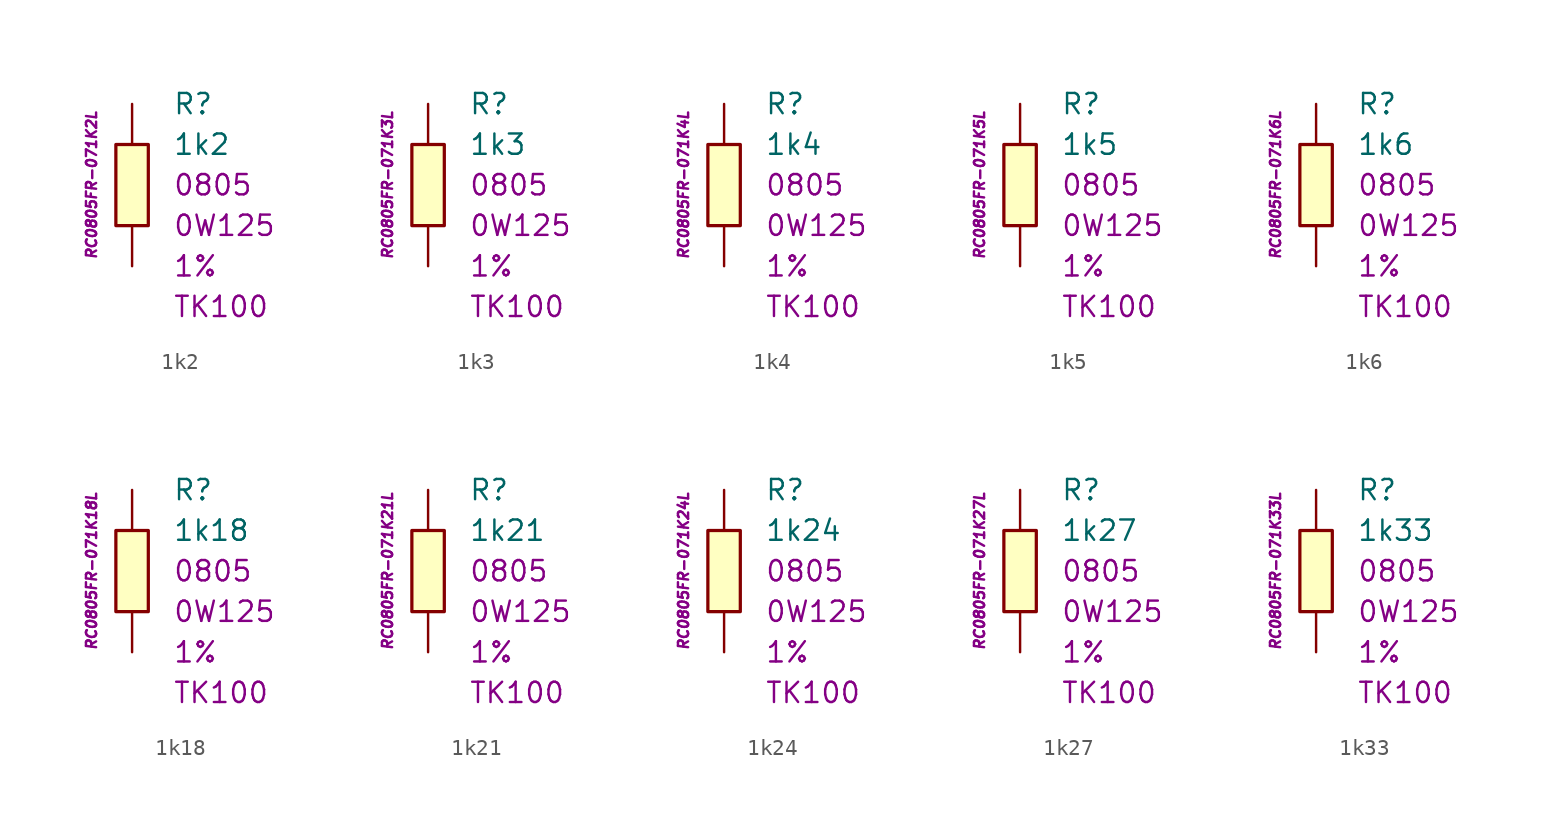
<source format=kicad_sym>
(kicad_symbol_lib
  (version 20201005)
  (generator kicad_symbol_editor)
  (symbol "1k2"
    (pin_numbers hide)
    (pin_names
      (offset 1.016) hide)
    (property "Reference" "R"
      (at 2.54 5.08 0)
      (effects (font (size 1.27 1.27)) (justify left)))
    (property "Value" "1k2"
      (at 2.54 2.54 0)
      (effects (font (size 1.27 1.27)) (justify left)))
    (property "Package" "0805"
      (at 2.54 0 0)
      (effects (font (size 1.27 1.27)) (justify left)))
    (property "Power" "0W125"
      (at 2.54 -2.54 0)
      (effects (font (size 1.27 1.27)) (justify left)))
    (property "Tolerance" "1%"
      (at 2.54 -5.08 0)
      (effects (font (size 1.27 1.27)) (justify left)))
    (property "TK" "TK100"
      (at 2.54 -7.62 0)
      (effects (font (size 1.27 1.27)) (justify left)))
    (property "ID" "RC0805FR-071K2L"
      (at -2.54 0 90)
      (effects (font (size 0.635 0.635) italic)))
    (symbol "1k2_0_1"
      (rectangle (start -1.016 2.54) (end 1.016 -2.54) (stroke (width 0.203)) (fill (type background))))
    (symbol "1k2_1_1"
      (pin passive line (at 0 5.08 270) (length 2.54) (name "~" (effects (font (size 1.778 1.778)))) (number "1" (effects (font (size 1.778 1.778)))))
      (pin passive line (at 0 -5.08 90) (length 2.54) (name "~" (effects (font (size 1.778 1.778)))) (number "2" (effects (font (size 1.778 1.778)))))))
  (symbol "1k3"
    (pin_numbers hide)
    (pin_names
      (offset 1.016) hide)
    (property "Reference" "R"
      (at 2.54 5.08 0)
      (effects (font (size 1.27 1.27)) (justify left)))
    (property "Value" "1k3"
      (at 2.54 2.54 0)
      (effects (font (size 1.27 1.27)) (justify left)))
    (property "Package" "0805"
      (at 2.54 0 0)
      (effects (font (size 1.27 1.27)) (justify left)))
    (property "Power" "0W125"
      (at 2.54 -2.54 0)
      (effects (font (size 1.27 1.27)) (justify left)))
    (property "Tolerance" "1%"
      (at 2.54 -5.08 0)
      (effects (font (size 1.27 1.27)) (justify left)))
    (property "TK" "TK100"
      (at 2.54 -7.62 0)
      (effects (font (size 1.27 1.27)) (justify left)))
    (property "ID" "RC0805FR-071K3L"
      (at -2.54 0 90)
      (effects (font (size 0.635 0.635) italic)))
    (symbol "1k3_0_1"
      (rectangle (start -1.016 2.54) (end 1.016 -2.54) (stroke (width 0.203)) (fill (type background))))
    (symbol "1k3_1_1"
      (pin passive line (at 0 5.08 270) (length 2.54) (name "~" (effects (font (size 1.778 1.778)))) (number "1" (effects (font (size 1.778 1.778)))))
      (pin passive line (at 0 -5.08 90) (length 2.54) (name "~" (effects (font (size 1.778 1.778)))) (number "2" (effects (font (size 1.778 1.778)))))))
  (symbol "1k4"
    (pin_numbers hide)
    (pin_names
      (offset 1.016) hide)
    (property "Reference" "R"
      (at 2.54 5.08 0)
      (effects (font (size 1.27 1.27)) (justify left)))
    (property "Value" "1k4"
      (at 2.54 2.54 0)
      (effects (font (size 1.27 1.27)) (justify left)))
    (property "Package" "0805"
      (at 2.54 0 0)
      (effects (font (size 1.27 1.27)) (justify left)))
    (property "Power" "0W125"
      (at 2.54 -2.54 0)
      (effects (font (size 1.27 1.27)) (justify left)))
    (property "Tolerance" "1%"
      (at 2.54 -5.08 0)
      (effects (font (size 1.27 1.27)) (justify left)))
    (property "TK" "TK100"
      (at 2.54 -7.62 0)
      (effects (font (size 1.27 1.27)) (justify left)))
    (property "ID" "RC0805FR-071K4L"
      (at -2.54 0 90)
      (effects (font (size 0.635 0.635) italic)))
    (symbol "1k4_0_1"
      (rectangle (start -1.016 2.54) (end 1.016 -2.54) (stroke (width 0.203)) (fill (type background))))
    (symbol "1k4_1_1"
      (pin passive line (at 0 5.08 270) (length 2.54) (name "~" (effects (font (size 1.778 1.778)))) (number "1" (effects (font (size 1.778 1.778)))))
      (pin passive line (at 0 -5.08 90) (length 2.54) (name "~" (effects (font (size 1.778 1.778)))) (number "2" (effects (font (size 1.778 1.778)))))))
  (symbol "1k5"
    (pin_numbers hide)
    (pin_names
      (offset 1.016) hide)
    (property "Reference" "R"
      (at 2.54 5.08 0)
      (effects (font (size 1.27 1.27)) (justify left)))
    (property "Value" "1k5"
      (at 2.54 2.54 0)
      (effects (font (size 1.27 1.27)) (justify left)))
    (property "Package" "0805"
      (at 2.54 0 0)
      (effects (font (size 1.27 1.27)) (justify left)))
    (property "Power" "0W125"
      (at 2.54 -2.54 0)
      (effects (font (size 1.27 1.27)) (justify left)))
    (property "Tolerance" "1%"
      (at 2.54 -5.08 0)
      (effects (font (size 1.27 1.27)) (justify left)))
    (property "TK" "TK100"
      (at 2.54 -7.62 0)
      (effects (font (size 1.27 1.27)) (justify left)))
    (property "ID" "RC0805FR-071K5L"
      (at -2.54 0 90)
      (effects (font (size 0.635 0.635) italic)))
    (symbol "1k5_0_1"
      (rectangle (start -1.016 2.54) (end 1.016 -2.54) (stroke (width 0.203)) (fill (type background))))
    (symbol "1k5_1_1"
      (pin passive line (at 0 5.08 270) (length 2.54) (name "~" (effects (font (size 1.778 1.778)))) (number "1" (effects (font (size 1.778 1.778)))))
      (pin passive line (at 0 -5.08 90) (length 2.54) (name "~" (effects (font (size 1.778 1.778)))) (number "2" (effects (font (size 1.778 1.778)))))))
  (symbol "1k6"
    (pin_numbers hide)
    (pin_names
      (offset 1.016) hide)
    (property "Reference" "R"
      (at 2.54 5.08 0)
      (effects (font (size 1.27 1.27)) (justify left)))
    (property "Value" "1k6"
      (at 2.54 2.54 0)
      (effects (font (size 1.27 1.27)) (justify left)))
    (property "Package" "0805"
      (at 2.54 0 0)
      (effects (font (size 1.27 1.27)) (justify left)))
    (property "Power" "0W125"
      (at 2.54 -2.54 0)
      (effects (font (size 1.27 1.27)) (justify left)))
    (property "Tolerance" "1%"
      (at 2.54 -5.08 0)
      (effects (font (size 1.27 1.27)) (justify left)))
    (property "TK" "TK100"
      (at 2.54 -7.62 0)
      (effects (font (size 1.27 1.27)) (justify left)))
    (property "ID" "RC0805FR-071K6L"
      (at -2.54 0 90)
      (effects (font (size 0.635 0.635) italic)))
    (symbol "1k6_0_1"
      (rectangle (start -1.016 2.54) (end 1.016 -2.54) (stroke (width 0.203)) (fill (type background))))
    (symbol "1k6_1_1"
      (pin passive line (at 0 5.08 270) (length 2.54) (name "~" (effects (font (size 1.778 1.778)))) (number "1" (effects (font (size 1.778 1.778)))))
      (pin passive line (at 0 -5.08 90) (length 2.54) (name "~" (effects (font (size 1.778 1.778)))) (number "2" (effects (font (size 1.778 1.778)))))))
  (symbol "1k18"
    (pin_numbers hide)
    (pin_names
      (offset 1.016) hide)
    (property "Reference" "R"
      (at 2.54 5.08 0)
      (effects (font (size 1.27 1.27)) (justify left)))
    (property "Value" "1k18"
      (at 2.54 2.54 0)
      (effects (font (size 1.27 1.27)) (justify left)))
    (property "Package" "0805"
      (at 2.54 0 0)
      (effects (font (size 1.27 1.27)) (justify left)))
    (property "Power" "0W125"
      (at 2.54 -2.54 0)
      (effects (font (size 1.27 1.27)) (justify left)))
    (property "Tolerance" "1%"
      (at 2.54 -5.08 0)
      (effects (font (size 1.27 1.27)) (justify left)))
    (property "TK" "TK100"
      (at 2.54 -7.62 0)
      (effects (font (size 1.27 1.27)) (justify left)))
    (property "ID" "RC0805FR-071K18L"
      (at -2.54 0 90)
      (effects (font (size 0.635 0.635) italic)))
    (symbol "1k18_0_1"
      (rectangle (start -1.016 2.54) (end 1.016 -2.54) (stroke (width 0.203)) (fill (type background))))
    (symbol "1k18_1_1"
      (pin passive line (at 0 5.08 270) (length 2.54) (name "~" (effects (font (size 1.778 1.778)))) (number "1" (effects (font (size 1.778 1.778)))))
      (pin passive line (at 0 -5.08 90) (length 2.54) (name "~" (effects (font (size 1.778 1.778)))) (number "2" (effects (font (size 1.778 1.778)))))))
  (symbol "1k21"
    (pin_numbers hide)
    (pin_names
      (offset 1.016) hide)
    (property "Reference" "R"
      (at 2.54 5.08 0)
      (effects (font (size 1.27 1.27)) (justify left)))
    (property "Value" "1k21"
      (at 2.54 2.54 0)
      (effects (font (size 1.27 1.27)) (justify left)))
    (property "Package" "0805"
      (at 2.54 0 0)
      (effects (font (size 1.27 1.27)) (justify left)))
    (property "Power" "0W125"
      (at 2.54 -2.54 0)
      (effects (font (size 1.27 1.27)) (justify left)))
    (property "Tolerance" "1%"
      (at 2.54 -5.08 0)
      (effects (font (size 1.27 1.27)) (justify left)))
    (property "TK" "TK100"
      (at 2.54 -7.62 0)
      (effects (font (size 1.27 1.27)) (justify left)))
    (property "ID" "RC0805FR-071K21L"
      (at -2.54 0 90)
      (effects (font (size 0.635 0.635) italic)))
    (symbol "1k21_0_1"
      (rectangle (start -1.016 2.54) (end 1.016 -2.54) (stroke (width 0.203)) (fill (type background))))
    (symbol "1k21_1_1"
      (pin passive line (at 0 5.08 270) (length 2.54) (name "~" (effects (font (size 1.778 1.778)))) (number "1" (effects (font (size 1.778 1.778)))))
      (pin passive line (at 0 -5.08 90) (length 2.54) (name "~" (effects (font (size 1.778 1.778)))) (number "2" (effects (font (size 1.778 1.778)))))))
  (symbol "1k24"
    (pin_numbers hide)
    (pin_names
      (offset 1.016) hide)
    (property "Reference" "R"
      (at 2.54 5.08 0)
      (effects (font (size 1.27 1.27)) (justify left)))
    (property "Value" "1k24"
      (at 2.54 2.54 0)
      (effects (font (size 1.27 1.27)) (justify left)))
    (property "Package" "0805"
      (at 2.54 0 0)
      (effects (font (size 1.27 1.27)) (justify left)))
    (property "Power" "0W125"
      (at 2.54 -2.54 0)
      (effects (font (size 1.27 1.27)) (justify left)))
    (property "Tolerance" "1%"
      (at 2.54 -5.08 0)
      (effects (font (size 1.27 1.27)) (justify left)))
    (property "TK" "TK100"
      (at 2.54 -7.62 0)
      (effects (font (size 1.27 1.27)) (justify left)))
    (property "ID" "RC0805FR-071K24L"
      (at -2.54 0 90)
      (effects (font (size 0.635 0.635) italic)))
    (symbol "1k24_0_1"
      (rectangle (start -1.016 2.54) (end 1.016 -2.54) (stroke (width 0.203)) (fill (type background))))
    (symbol "1k24_1_1"
      (pin passive line (at 0 5.08 270) (length 2.54) (name "~" (effects (font (size 1.778 1.778)))) (number "1" (effects (font (size 1.778 1.778)))))
      (pin passive line (at 0 -5.08 90) (length 2.54) (name "~" (effects (font (size 1.778 1.778)))) (number "2" (effects (font (size 1.778 1.778)))))))
  (symbol "1k27"
    (pin_numbers hide)
    (pin_names
      (offset 1.016) hide)
    (property "Reference" "R"
      (at 2.54 5.08 0)
      (effects (font (size 1.27 1.27)) (justify left)))
    (property "Value" "1k27"
      (at 2.54 2.54 0)
      (effects (font (size 1.27 1.27)) (justify left)))
    (property "Package" "0805"
      (at 2.54 0 0)
      (effects (font (size 1.27 1.27)) (justify left)))
    (property "Power" "0W125"
      (at 2.54 -2.54 0)
      (effects (font (size 1.27 1.27)) (justify left)))
    (property "Tolerance" "1%"
      (at 2.54 -5.08 0)
      (effects (font (size 1.27 1.27)) (justify left)))
    (property "TK" "TK100"
      (at 2.54 -7.62 0)
      (effects (font (size 1.27 1.27)) (justify left)))
    (property "ID" "RC0805FR-071K27L"
      (at -2.54 0 90)
      (effects (font (size 0.635 0.635) italic)))
    (symbol "1k27_0_1"
      (rectangle (start -1.016 2.54) (end 1.016 -2.54) (stroke (width 0.203)) (fill (type background))))
    (symbol "1k27_1_1"
      (pin passive line (at 0 5.08 270) (length 2.54) (name "~" (effects (font (size 1.778 1.778)))) (number "1" (effects (font (size 1.778 1.778)))))
      (pin passive line (at 0 -5.08 90) (length 2.54) (name "~" (effects (font (size 1.778 1.778)))) (number "2" (effects (font (size 1.778 1.778)))))))
  (symbol "1k33"
    (pin_numbers hide)
    (pin_names
      (offset 1.016) hide)
    (property "Reference" "R"
      (at 2.54 5.08 0)
      (effects (font (size 1.27 1.27)) (justify left)))
    (property "Value" "1k33"
      (at 2.54 2.54 0)
      (effects (font (size 1.27 1.27)) (justify left)))
    (property "Package" "0805"
      (at 2.54 0 0)
      (effects (font (size 1.27 1.27)) (justify left)))
    (property "Power" "0W125"
      (at 2.54 -2.54 0)
      (effects (font (size 1.27 1.27)) (justify left)))
    (property "Tolerance" "1%"
      (at 2.54 -5.08 0)
      (effects (font (size 1.27 1.27)) (justify left)))
    (property "TK" "TK100"
      (at 2.54 -7.62 0)
      (effects (font (size 1.27 1.27)) (justify left)))
    (property "ID" "RC0805FR-071K33L"
      (at -2.54 0 90)
      (effects (font (size 0.635 0.635) italic)))
    (symbol "1k33_0_1"
      (rectangle (start -1.016 2.54) (end 1.016 -2.54) (stroke (width 0.203)) (fill (type background))))
    (symbol "1k33_1_1"
      (pin passive line (at 0 5.08 270) (length 2.54) (name "~" (effects (font (size 1.778 1.778)))) (number "1" (effects (font (size 1.778 1.778)))))
      (pin passive line (at 0 -5.08 90) (length 2.54) (name "~" (effects (font (size 1.778 1.778)))) (number "2" (effects (font (size 1.778 1.778))))))))
</source>
